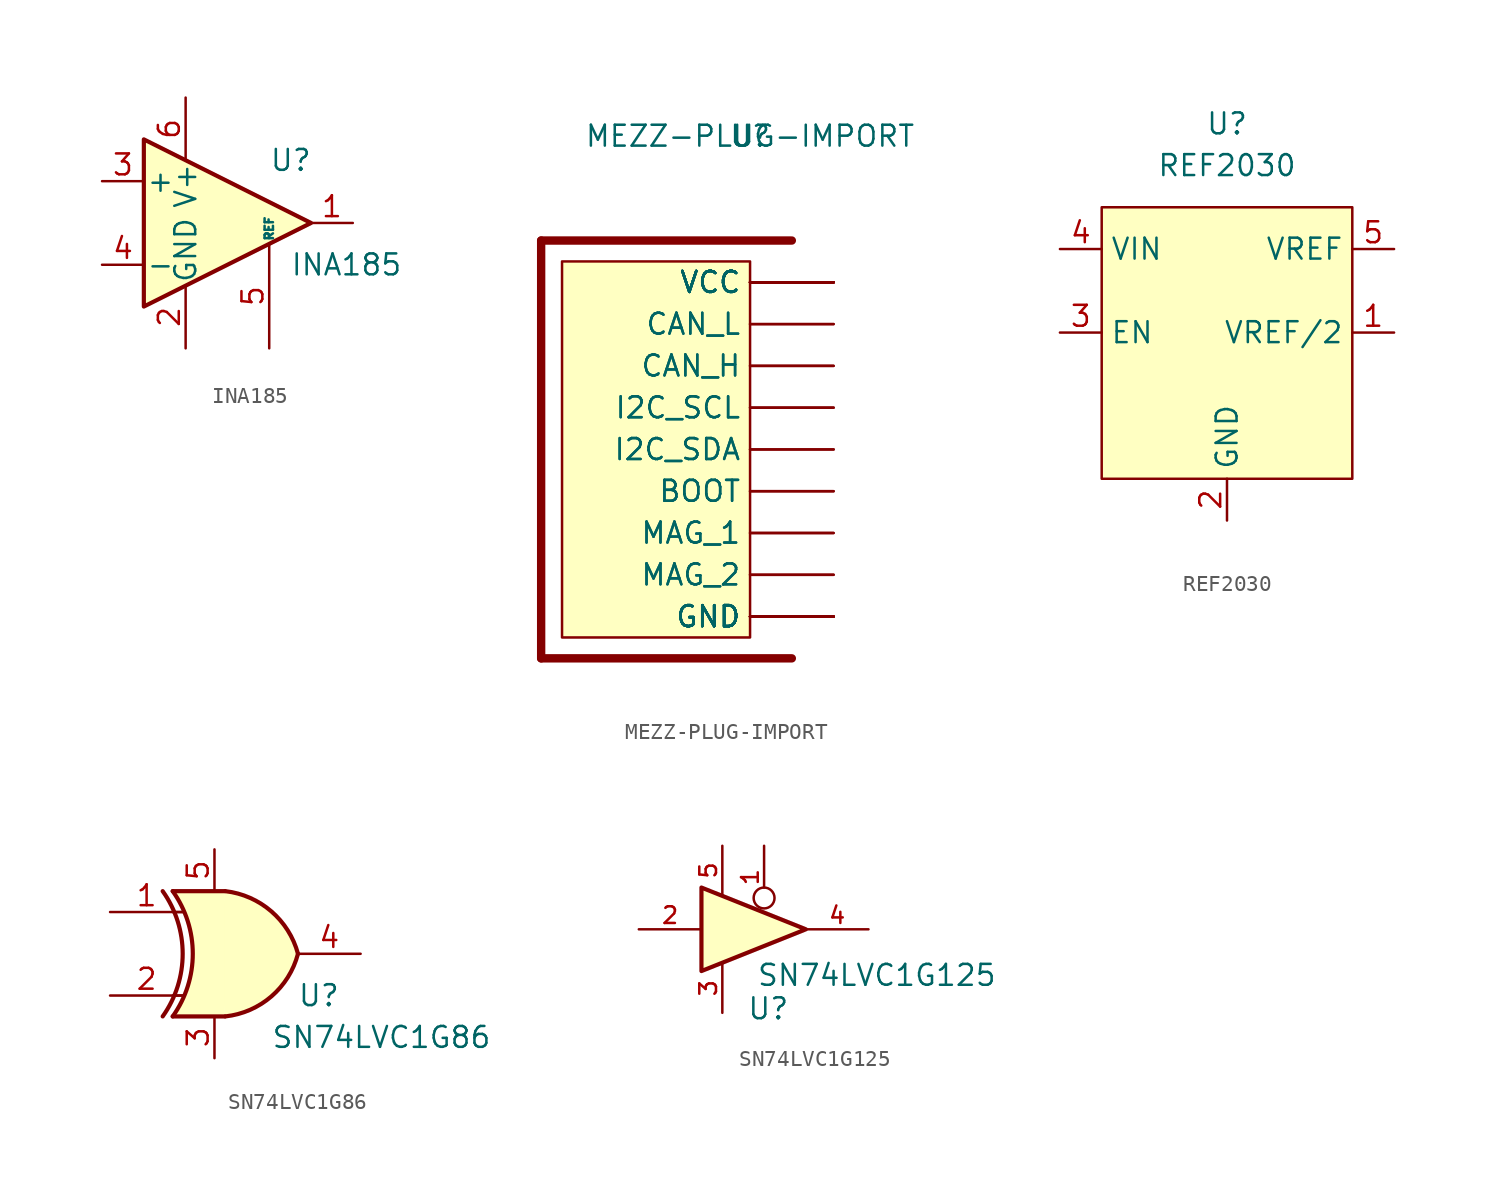
<source format=kicad_sym>
(kicad_symbol_lib
  (version 20210619)
  (generator kicad_symbol_editor)
  (symbol "project-lib:INA185"
    (pin_names
      (offset 0.127))
    (property "Reference" "U"
      (at 2.54 3.81 0)
      (effects (font (size 1.27 1.27)) (justify left)))
    (property "Value" "INA185"
      (at 3.81 -2.54 0)
      (effects (font (size 1.27 1.27)) (justify left)))
    (symbol "INA185_0_1"
      (polyline (pts (xy 5.08 0) (xy -5.08 5.08) (xy -5.08 -5.08) (xy 5.08 0)) (stroke (width 0.254)) (fill (type background))))
    (symbol "INA185_1_1"
      (pin output line (at 7.62 0 180) (length 2.54) (name "~" (effects (font (size 1.27 1.27)))) (number "1" (effects (font (size 1.27 1.27)))))
      (pin power_in line (at -2.54 -7.62 90) (length 3.81) (name "GND" (effects (font (size 1.27 1.27)))) (number "2" (effects (font (size 1.27 1.27)))))
      (pin input line (at -7.62 2.54 0) (length 2.54) (name "+" (effects (font (size 1.27 1.27)))) (number "3" (effects (font (size 1.27 1.27)))))
      (pin input line (at -7.62 -2.54 0) (length 2.54) (name "-" (effects (font (size 1.27 1.27)))) (number "4" (effects (font (size 1.27 1.27)))))
      (pin input line (at 2.54 -7.62 90) (length 6.35) (name "REF" (effects (font (size 0.508 0.508)))) (number "5" (effects (font (size 1.27 1.27)))))
      (pin power_in line (at -2.54 7.62 270) (length 3.81) (name "V+" (effects (font (size 1.27 1.27)))) (number "6" (effects (font (size 1.27 1.27)))))))
  (symbol "project-lib:MEZZ-PLUG-IMPORT"
    (property "Reference" "U"
      (at 0 17.78 0)
      (effects (font (size 1.27 1.27))))
    (property "Value" "MEZZ-PLUG-IMPORT"
      (at 0 17.78 0)
      (effects (font (size 1.27 1.27))))
    (symbol "MEZZ-PLUG-IMPORT_0_1"
      (rectangle (start 0 10.16) (end -11.43 -12.7) (stroke (width 0.152)) (fill (type background))))
    (symbol "MEZZ-PLUG-IMPORT_1_0"
      (polyline (pts (xy -12.7 -13.97) (xy 2.54 -13.97)) (stroke (width 0.508)) (fill (type none)))
      (polyline (pts (xy -12.7 11.43) (xy -12.7 -13.97)) (stroke (width 0.508)) (fill (type none)))
      (polyline (pts (xy 2.54 11.43) (xy -12.7 11.43)) (stroke (width 0.508)) (fill (type none)))
      (pin bidirectional line (at 5.08 -11.43 180) (length 5.08) (name "GND" (effects (font (size 1.27 1.27)))) (number "P$1" (effects (font (size 0 0)))))
      (pin bidirectional line (at 5.08 -6.35 180) (length 5.08) (name "MAG_1" (effects (font (size 1.27 1.27)))) (number "P$10" (effects (font (size 0 0)))))
      (pin bidirectional line (at 5.08 -8.89 180) (length 5.08) (name "MAG_2" (effects (font (size 1.27 1.27)))) (number "P$11" (effects (font (size 0 0)))))
      (pin bidirectional line (at 5.08 8.89 180) (length 5.08) (name "VCC" (effects (font (size 1.27 1.27)))) (number "P$12" (effects (font (size 0 0)))))
      (pin bidirectional line (at 5.08 8.89 180) (length 5.08) (name "VCC" (effects (font (size 1.27 1.27)))) (number "P$13" (effects (font (size 0 0)))))
      (pin bidirectional line (at 5.08 -11.43 180) (length 5.08) (name "GND" (effects (font (size 1.27 1.27)))) (number "P$14" (effects (font (size 0 0)))))
      (pin bidirectional line (at 5.08 -11.43 180) (length 5.08) (name "GND" (effects (font (size 1.27 1.27)))) (number "P$15" (effects (font (size 0 0)))))
      (pin bidirectional line (at 5.08 -11.43 180) (length 5.08) (name "GND" (effects (font (size 1.27 1.27)))) (number "P$16" (effects (font (size 0 0)))))
      (pin bidirectional line (at 5.08 -11.43 180) (length 5.08) (name "GND" (effects (font (size 1.27 1.27)))) (number "P$17" (effects (font (size 0 0)))))
      (pin bidirectional line (at 5.08 8.89 180) (length 5.08) (name "VCC" (effects (font (size 1.27 1.27)))) (number "P$18" (effects (font (size 0 0)))))
      (pin bidirectional line (at 5.08 8.89 180) (length 5.08) (name "VCC" (effects (font (size 1.27 1.27)))) (number "P$19" (effects (font (size 0 0)))))
      (pin bidirectional line (at 5.08 -11.43 180) (length 5.08) (name "GND" (effects (font (size 1.27 1.27)))) (number "P$2" (effects (font (size 0 0)))))
      (pin bidirectional line (at 5.08 -8.89 180) (length 5.08) (name "MAG_2" (effects (font (size 1.27 1.27)))) (number "P$20" (effects (font (size 0 0)))))
      (pin bidirectional line (at 5.08 -6.35 180) (length 5.08) (name "MAG_1" (effects (font (size 1.27 1.27)))) (number "P$21" (effects (font (size 0 0)))))
      (pin bidirectional line (at 5.08 -3.81 180) (length 5.08) (name "BOOT" (effects (font (size 1.27 1.27)))) (number "P$22" (effects (font (size 0 0)))))
      (pin bidirectional line (at 5.08 -1.27 180) (length 5.08) (name "I2C_SDA" (effects (font (size 1.27 1.27)))) (number "P$23" (effects (font (size 0 0)))))
      (pin bidirectional line (at 5.08 1.27 180) (length 5.08) (name "I2C_SCL" (effects (font (size 1.27 1.27)))) (number "P$24" (effects (font (size 0 0)))))
      (pin bidirectional line (at 5.08 3.81 180) (length 5.08) (name "CAN_H" (effects (font (size 1.27 1.27)))) (number "P$25" (effects (font (size 0 0)))))
      (pin bidirectional line (at 5.08 6.35 180) (length 5.08) (name "CAN_L" (effects (font (size 1.27 1.27)))) (number "P$26" (effects (font (size 0 0)))))
      (pin bidirectional line (at 5.08 8.89 180) (length 5.08) (name "VCC" (effects (font (size 1.27 1.27)))) (number "P$27" (effects (font (size 0 0)))))
      (pin bidirectional line (at 5.08 8.89 180) (length 5.08) (name "VCC" (effects (font (size 1.27 1.27)))) (number "P$28" (effects (font (size 0 0)))))
      (pin bidirectional line (at 5.08 -11.43 180) (length 5.08) (name "GND" (effects (font (size 1.27 1.27)))) (number "P$29" (effects (font (size 0 0)))))
      (pin bidirectional line (at 5.08 8.89 180) (length 5.08) (name "VCC" (effects (font (size 1.27 1.27)))) (number "P$3" (effects (font (size 0 0)))))
      (pin bidirectional line (at 5.08 -11.43 180) (length 5.08) (name "GND" (effects (font (size 1.27 1.27)))) (number "P$30" (effects (font (size 0 0)))))
      (pin bidirectional line (at 5.08 8.89 180) (length 5.08) (name "VCC" (effects (font (size 1.27 1.27)))) (number "P$4" (effects (font (size 0 0)))))
      (pin bidirectional line (at 5.08 6.35 180) (length 5.08) (name "CAN_L" (effects (font (size 1.27 1.27)))) (number "P$5" (effects (font (size 0 0)))))
      (pin bidirectional line (at 5.08 3.81 180) (length 5.08) (name "CAN_H" (effects (font (size 1.27 1.27)))) (number "P$6" (effects (font (size 0 0)))))
      (pin bidirectional line (at 5.08 1.27 180) (length 5.08) (name "I2C_SCL" (effects (font (size 1.27 1.27)))) (number "P$7" (effects (font (size 0 0)))))
      (pin bidirectional line (at 5.08 -1.27 180) (length 5.08) (name "I2C_SDA" (effects (font (size 1.27 1.27)))) (number "P$8" (effects (font (size 0 0)))))
      (pin bidirectional line (at 5.08 -3.81 180) (length 5.08) (name "BOOT" (effects (font (size 1.27 1.27)))) (number "P$9" (effects (font (size 0 0)))))))
  (symbol "project-lib:REF2030"
    (property "Reference" "U"
      (at 0 5.08 0)
      (effects (font (size 1.27 1.27))))
    (property "Value" "REF2030"
      (at 0 2.54 0)
      (effects (font (size 1.27 1.27))))
    (symbol "REF2030_0_1"
      (rectangle (start -7.62 0) (end 7.62 -16.51) (stroke (width 0.152)) (fill (type background))))
    (symbol "REF2030_1_1"
      (pin power_out line (at 10.16 -7.62 180) (length 2.54) (name "VREF/2" (effects (font (size 1.27 1.27)))) (number "1" (effects (font (size 1.27 1.27)))))
      (pin power_in line (at 0 -19.05 90) (length 2.54) (name "GND" (effects (font (size 1.27 1.27)))) (number "2" (effects (font (size 1.27 1.27)))))
      (pin input line (at -10.16 -7.62 0) (length 2.54) (name "EN" (effects (font (size 1.27 1.27)))) (number "3" (effects (font (size 1.27 1.27)))))
      (pin power_in line (at -10.16 -2.54 0) (length 2.54) (name "VIN" (effects (font (size 1.27 1.27)))) (number "4" (effects (font (size 1.27 1.27)))))
      (pin power_out line (at 10.16 -2.54 180) (length 2.54) (name "VREF" (effects (font (size 1.27 1.27)))) (number "5" (effects (font (size 1.27 1.27)))))))
  (symbol "project-lib:SN74LVC1G86"
    (pin_names
      (offset 1.016))
    (property "Reference" "U"
      (at 5.08 -2.54 0)
      (effects (font (size 1.27 1.27))))
    (property "Value" "SN74LVC1G86"
      (at 8.89 -5.08 0)
      (effects (font (size 1.27 1.27))))
    (symbol "SN74LVC1G86_1_0"
      (arc (start -4.4196 3.81) (end -4.4196 -3.81) (radius (at -9.779 0) (length 6.5532) (angles 35.4 -35.4)) (stroke (width 0.254)) (fill (type none)))
      (arc (start -3.81 3.81) (end -3.81 -3.81) (radius (at -9.144 0) (length 6.5532) (angles 35.4 -35.4)) (stroke (width 0.254)) (fill (type none)))
      (arc (start 3.81 0) (end -0.6096 3.81) (radius (at -1.1938 -1.3208) (length 5.1816) (angles 15 83.7)) (stroke (width 0.254)) (fill (type background)))
      (arc (start 3.81 0) (end -0.6096 -3.81) (radius (at -1.1938 1.3208) (length 5.1816) (angles -15 -83.7)) (stroke (width 0.254)) (fill (type background)))
      (polyline (pts (xy -3.81 -3.81) (xy -0.635 -3.81)) (stroke (width 0.254)) (fill (type background)))
      (polyline (pts (xy -3.81 3.81) (xy -0.635 3.81)) (stroke (width 0.254)) (fill (type background)))
      (polyline (pts (xy -0.635 3.81) (xy -3.81 3.81) (xy -3.81 3.81) (xy -3.556 3.404) (xy -3.023 2.261) (xy -2.692 1.041) (xy -2.616 -0.254) (xy -2.769 -1.499) (xy -3.175 -2.718) (xy -3.81 -3.81) (xy -3.81 -3.81) (xy -0.635 -3.81)) (stroke (width -25.4)) (fill (type background)))
      (pin input line (at -7.62 2.54 0) (length 4.445) (name "~" (effects (font (size 1.27 1.27)))) (number "1" (effects (font (size 1.27 1.27)))))
      (pin input line (at -7.62 -2.54 0) (length 4.445) (name "~" (effects (font (size 1.27 1.27)))) (number "2" (effects (font (size 1.27 1.27)))))
      (pin power_in line (at -1.27 -6.35 90) (length 2.54) (name "" (effects (font (size 1.27 1.27)))) (number "3" (effects (font (size 1.27 1.27)))))
      (pin output line (at 7.62 0 180) (length 3.81) (name "~" (effects (font (size 1.27 1.27)))) (number "4" (effects (font (size 1.27 1.27)))))
      (pin power_in line (at -1.27 6.35 270) (length 2.54) (name "" (effects (font (size 1.27 1.27)))) (number "5" (effects (font (size 1.27 1.27))))))
    (symbol "SN74LVC1G86_1_1"
      (polyline (pts (xy -3.81 -2.54) (xy -3.175 -2.54)) (stroke (width 0.152)) (fill (type none)))
      (polyline (pts (xy -3.81 2.54) (xy -3.175 2.54)) (stroke (width 0.152)) (fill (type none)))))
  (symbol "project-lib:SN74LVC1G125"
    (pin_names
      (offset 1.016))
    (property "Reference" "U"
      (at 0.254 -4.826 0)
      (effects (font (size 1.27 1.27))))
    (property "Value" "SN74LVC1G125"
      (at 6.858 -2.794 0)
      (effects (font (size 1.27 1.27))))
    (symbol "SN74LVC1G125_0_1"
      (polyline (pts (xy -3.81 2.54) (xy -3.81 -2.54) (xy 2.54 0) (xy -3.81 2.54)) (stroke (width 0.254)) (fill (type background))))
    (symbol "SN74LVC1G125_1_1"
      (pin input inverted (at 0 5.08 270) (length 3.81) (name "~" (effects (font (size 1.016 1.016)))) (number "1" (effects (font (size 1.016 1.016)))))
      (pin input line (at -7.62 0 0) (length 3.81) (name "~" (effects (font (size 1.016 1.016)))) (number "2" (effects (font (size 1.016 1.016)))))
      (pin power_in line (at -2.54 -5.08 90) (length 3) (name "" (effects (font (size 1.016 1.016)))) (number "3" (effects (font (size 1.016 1.016)))))
      (pin tri_state line (at 6.35 0 180) (length 3.81) (name "~" (effects (font (size 1.016 1.016)))) (number "4" (effects (font (size 1.016 1.016)))))
      (pin power_in line (at -2.54 5.08 270) (length 3) (name "" (effects (font (size 1.016 1.016)))) (number "5" (effects (font (size 1.016 1.016))))))))
</source>
